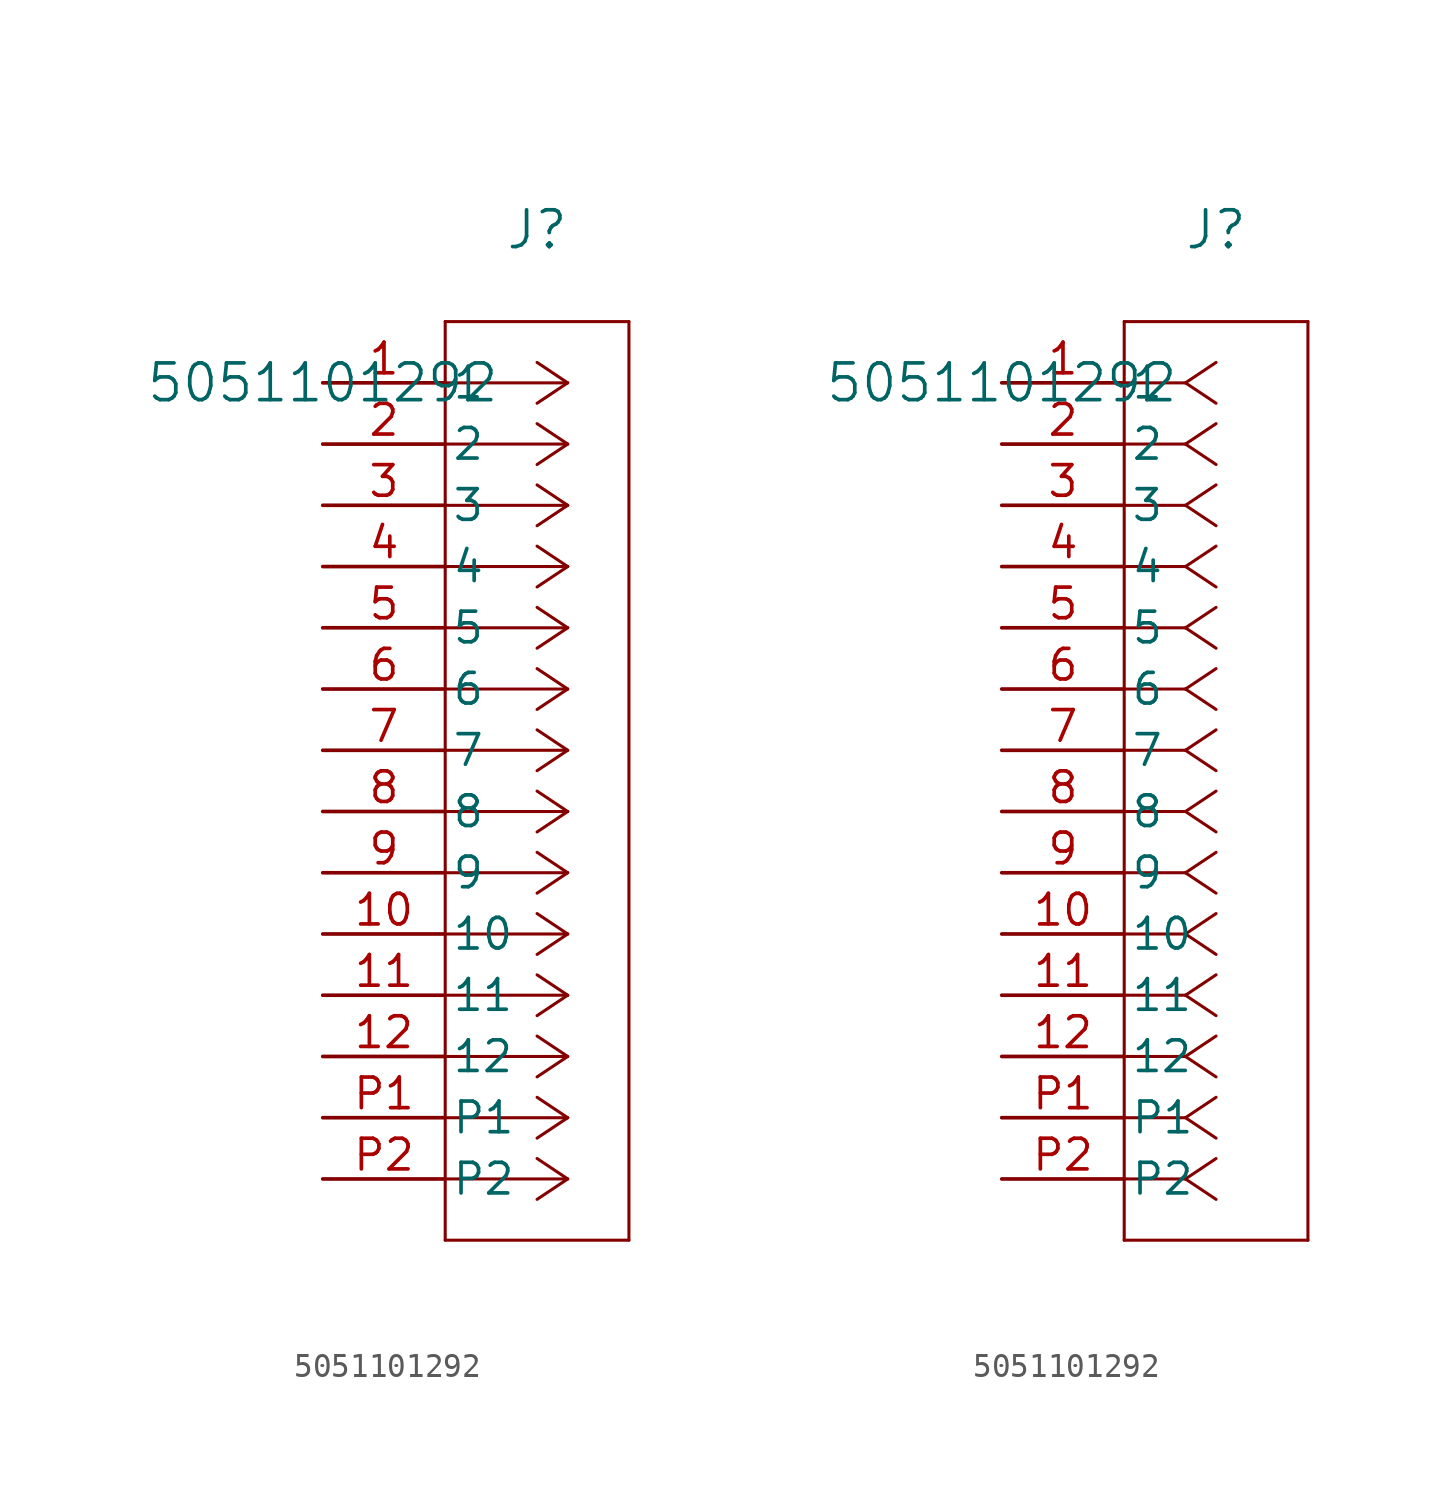
<source format=kicad_sym>
(kicad_symbol_lib
  (version 20211014)
  (generator kicad_symbol_editor)
  (symbol "5051101292"
    (pin_names
      (offset 0.254))
    (property "Reference" "J"
      (at 8.89 6.35 0)
      (effects (font (size 1.524 1.524))))
    (property "Value" "5051101292"
      (at 0 0 0)
      (effects (font (size 1.524 1.524))))
    (symbol "5051101292_1_1"
      (polyline (pts (xy 10.16 0) (xy 5.08 0)) (stroke (width 0.127) (type default) (color 0 0 0 0)) (fill (type none)))
      (polyline (pts (xy 10.16 -2.54) (xy 5.08 -2.54)) (stroke (width 0.127) (type default) (color 0 0 0 0)) (fill (type none)))
      (polyline (pts (xy 10.16 -5.08) (xy 5.08 -5.08)) (stroke (width 0.127) (type default) (color 0 0 0 0)) (fill (type none)))
      (polyline (pts (xy 10.16 -7.62) (xy 5.08 -7.62)) (stroke (width 0.127) (type default) (color 0 0 0 0)) (fill (type none)))
      (polyline (pts (xy 10.16 -10.16) (xy 5.08 -10.16)) (stroke (width 0.127) (type default) (color 0 0 0 0)) (fill (type none)))
      (polyline (pts (xy 10.16 -12.7) (xy 5.08 -12.7)) (stroke (width 0.127) (type default) (color 0 0 0 0)) (fill (type none)))
      (polyline (pts (xy 10.16 -15.24) (xy 5.08 -15.24)) (stroke (width 0.127) (type default) (color 0 0 0 0)) (fill (type none)))
      (polyline (pts (xy 10.16 -17.78) (xy 5.08 -17.78)) (stroke (width 0.127) (type default) (color 0 0 0 0)) (fill (type none)))
      (polyline (pts (xy 10.16 -20.32) (xy 5.08 -20.32)) (stroke (width 0.127) (type default) (color 0 0 0 0)) (fill (type none)))
      (polyline (pts (xy 10.16 -22.86) (xy 5.08 -22.86)) (stroke (width 0.127) (type default) (color 0 0 0 0)) (fill (type none)))
      (polyline (pts (xy 10.16 -25.4) (xy 5.08 -25.4)) (stroke (width 0.127) (type default) (color 0 0 0 0)) (fill (type none)))
      (polyline (pts (xy 10.16 -27.94) (xy 5.08 -27.94)) (stroke (width 0.127) (type default) (color 0 0 0 0)) (fill (type none)))
      (polyline (pts (xy 10.16 -30.48) (xy 5.08 -30.48)) (stroke (width 0.127) (type default) (color 0 0 0 0)) (fill (type none)))
      (polyline (pts (xy 10.16 -33.02) (xy 5.08 -33.02)) (stroke (width 0.127) (type default) (color 0 0 0 0)) (fill (type none)))
      (polyline (pts (xy 10.16 0) (xy 8.89 0.847)) (stroke (width 0.127) (type default) (color 0 0 0 0)) (fill (type none)))
      (polyline (pts (xy 10.16 -2.54) (xy 8.89 -1.693)) (stroke (width 0.127) (type default) (color 0 0 0 0)) (fill (type none)))
      (polyline (pts (xy 10.16 -5.08) (xy 8.89 -4.233)) (stroke (width 0.127) (type default) (color 0 0 0 0)) (fill (type none)))
      (polyline (pts (xy 10.16 -7.62) (xy 8.89 -6.773)) (stroke (width 0.127) (type default) (color 0 0 0 0)) (fill (type none)))
      (polyline (pts (xy 10.16 -10.16) (xy 8.89 -9.313)) (stroke (width 0.127) (type default) (color 0 0 0 0)) (fill (type none)))
      (polyline (pts (xy 10.16 -12.7) (xy 8.89 -11.853)) (stroke (width 0.127) (type default) (color 0 0 0 0)) (fill (type none)))
      (polyline (pts (xy 10.16 -15.24) (xy 8.89 -14.393)) (stroke (width 0.127) (type default) (color 0 0 0 0)) (fill (type none)))
      (polyline (pts (xy 10.16 -17.78) (xy 8.89 -16.933)) (stroke (width 0.127) (type default) (color 0 0 0 0)) (fill (type none)))
      (polyline (pts (xy 10.16 -20.32) (xy 8.89 -19.473)) (stroke (width 0.127) (type default) (color 0 0 0 0)) (fill (type none)))
      (polyline (pts (xy 10.16 -22.86) (xy 8.89 -22.013)) (stroke (width 0.127) (type default) (color 0 0 0 0)) (fill (type none)))
      (polyline (pts (xy 10.16 -25.4) (xy 8.89 -24.553)) (stroke (width 0.127) (type default) (color 0 0 0 0)) (fill (type none)))
      (polyline (pts (xy 10.16 -27.94) (xy 8.89 -27.093)) (stroke (width 0.127) (type default) (color 0 0 0 0)) (fill (type none)))
      (polyline (pts (xy 10.16 -30.48) (xy 8.89 -29.633)) (stroke (width 0.127) (type default) (color 0 0 0 0)) (fill (type none)))
      (polyline (pts (xy 10.16 -33.02) (xy 8.89 -32.173)) (stroke (width 0.127) (type default) (color 0 0 0 0)) (fill (type none)))
      (polyline (pts (xy 10.16 0) (xy 8.89 -0.847)) (stroke (width 0.127) (type default) (color 0 0 0 0)) (fill (type none)))
      (polyline (pts (xy 10.16 -2.54) (xy 8.89 -3.387)) (stroke (width 0.127) (type default) (color 0 0 0 0)) (fill (type none)))
      (polyline (pts (xy 10.16 -5.08) (xy 8.89 -5.927)) (stroke (width 0.127) (type default) (color 0 0 0 0)) (fill (type none)))
      (polyline (pts (xy 10.16 -7.62) (xy 8.89 -8.467)) (stroke (width 0.127) (type default) (color 0 0 0 0)) (fill (type none)))
      (polyline (pts (xy 10.16 -10.16) (xy 8.89 -11.007)) (stroke (width 0.127) (type default) (color 0 0 0 0)) (fill (type none)))
      (polyline (pts (xy 10.16 -12.7) (xy 8.89 -13.547)) (stroke (width 0.127) (type default) (color 0 0 0 0)) (fill (type none)))
      (polyline (pts (xy 10.16 -15.24) (xy 8.89 -16.087)) (stroke (width 0.127) (type default) (color 0 0 0 0)) (fill (type none)))
      (polyline (pts (xy 10.16 -17.78) (xy 8.89 -18.627)) (stroke (width 0.127) (type default) (color 0 0 0 0)) (fill (type none)))
      (polyline (pts (xy 10.16 -20.32) (xy 8.89 -21.167)) (stroke (width 0.127) (type default) (color 0 0 0 0)) (fill (type none)))
      (polyline (pts (xy 10.16 -22.86) (xy 8.89 -23.707)) (stroke (width 0.127) (type default) (color 0 0 0 0)) (fill (type none)))
      (polyline (pts (xy 10.16 -25.4) (xy 8.89 -26.247)) (stroke (width 0.127) (type default) (color 0 0 0 0)) (fill (type none)))
      (polyline (pts (xy 10.16 -27.94) (xy 8.89 -28.787)) (stroke (width 0.127) (type default) (color 0 0 0 0)) (fill (type none)))
      (polyline (pts (xy 10.16 -30.48) (xy 8.89 -31.327)) (stroke (width 0.127) (type default) (color 0 0 0 0)) (fill (type none)))
      (polyline (pts (xy 10.16 -33.02) (xy 8.89 -33.867)) (stroke (width 0.127) (type default) (color 0 0 0 0)) (fill (type none)))
      (polyline (pts (xy 5.08 2.54) (xy 5.08 -35.56)) (stroke (width 0.127) (type default) (color 0 0 0 0)) (fill (type none)))
      (polyline (pts (xy 5.08 -35.56) (xy 12.7 -35.56)) (stroke (width 0.127) (type default) (color 0 0 0 0)) (fill (type none)))
      (polyline (pts (xy 12.7 -35.56) (xy 12.7 2.54)) (stroke (width 0.127) (type default) (color 0 0 0 0)) (fill (type none)))
      (polyline (pts (xy 12.7 2.54) (xy 5.08 2.54)) (stroke (width 0.127) (type default) (color 0 0 0 0)) (fill (type none)))
      (pin unspecified line (at 0 0 0) (length 5.08) (name "1" (effects (font (size 1.27 1.27)))) (number "1" (effects (font (size 1.27 1.27)))))
      (pin unspecified line (at 0 -2.54 0) (length 5.08) (name "2" (effects (font (size 1.27 1.27)))) (number "2" (effects (font (size 1.27 1.27)))))
      (pin unspecified line (at 0 -5.08 0) (length 5.08) (name "3" (effects (font (size 1.27 1.27)))) (number "3" (effects (font (size 1.27 1.27)))))
      (pin unspecified line (at 0 -7.62 0) (length 5.08) (name "4" (effects (font (size 1.27 1.27)))) (number "4" (effects (font (size 1.27 1.27)))))
      (pin unspecified line (at 0 -10.16 0) (length 5.08) (name "5" (effects (font (size 1.27 1.27)))) (number "5" (effects (font (size 1.27 1.27)))))
      (pin unspecified line (at 0 -12.7 0) (length 5.08) (name "6" (effects (font (size 1.27 1.27)))) (number "6" (effects (font (size 1.27 1.27)))))
      (pin unspecified line (at 0 -15.24 0) (length 5.08) (name "7" (effects (font (size 1.27 1.27)))) (number "7" (effects (font (size 1.27 1.27)))))
      (pin unspecified line (at 0 -17.78 0) (length 5.08) (name "8" (effects (font (size 1.27 1.27)))) (number "8" (effects (font (size 1.27 1.27)))))
      (pin unspecified line (at 0 -20.32 0) (length 5.08) (name "9" (effects (font (size 1.27 1.27)))) (number "9" (effects (font (size 1.27 1.27)))))
      (pin unspecified line (at 0 -22.86 0) (length 5.08) (name "10" (effects (font (size 1.27 1.27)))) (number "10" (effects (font (size 1.27 1.27)))))
      (pin unspecified line (at 0 -25.4 0) (length 5.08) (name "11" (effects (font (size 1.27 1.27)))) (number "11" (effects (font (size 1.27 1.27)))))
      (pin unspecified line (at 0 -27.94 0) (length 5.08) (name "12" (effects (font (size 1.27 1.27)))) (number "12" (effects (font (size 1.27 1.27)))))
      (pin unspecified line (at 0 -30.48 0) (length 5.08) (name "P1" (effects (font (size 1.27 1.27)))) (number "P1" (effects (font (size 1.27 1.27)))))
      (pin unspecified line (at 0 -33.02 0) (length 5.08) (name "P2" (effects (font (size 1.27 1.27)))) (number "P2" (effects (font (size 1.27 1.27))))))
    (symbol "5051101292_1_2"
      (polyline (pts (xy 7.62 0) (xy 5.08 0)) (stroke (width 0.127) (type default) (color 0 0 0 0)) (fill (type none)))
      (polyline (pts (xy 7.62 -2.54) (xy 5.08 -2.54)) (stroke (width 0.127) (type default) (color 0 0 0 0)) (fill (type none)))
      (polyline (pts (xy 7.62 -5.08) (xy 5.08 -5.08)) (stroke (width 0.127) (type default) (color 0 0 0 0)) (fill (type none)))
      (polyline (pts (xy 7.62 -7.62) (xy 5.08 -7.62)) (stroke (width 0.127) (type default) (color 0 0 0 0)) (fill (type none)))
      (polyline (pts (xy 7.62 -10.16) (xy 5.08 -10.16)) (stroke (width 0.127) (type default) (color 0 0 0 0)) (fill (type none)))
      (polyline (pts (xy 7.62 -12.7) (xy 5.08 -12.7)) (stroke (width 0.127) (type default) (color 0 0 0 0)) (fill (type none)))
      (polyline (pts (xy 7.62 -15.24) (xy 5.08 -15.24)) (stroke (width 0.127) (type default) (color 0 0 0 0)) (fill (type none)))
      (polyline (pts (xy 7.62 -17.78) (xy 5.08 -17.78)) (stroke (width 0.127) (type default) (color 0 0 0 0)) (fill (type none)))
      (polyline (pts (xy 7.62 -20.32) (xy 5.08 -20.32)) (stroke (width 0.127) (type default) (color 0 0 0 0)) (fill (type none)))
      (polyline (pts (xy 7.62 -22.86) (xy 5.08 -22.86)) (stroke (width 0.127) (type default) (color 0 0 0 0)) (fill (type none)))
      (polyline (pts (xy 7.62 -25.4) (xy 5.08 -25.4)) (stroke (width 0.127) (type default) (color 0 0 0 0)) (fill (type none)))
      (polyline (pts (xy 7.62 -27.94) (xy 5.08 -27.94)) (stroke (width 0.127) (type default) (color 0 0 0 0)) (fill (type none)))
      (polyline (pts (xy 7.62 -30.48) (xy 5.08 -30.48)) (stroke (width 0.127) (type default) (color 0 0 0 0)) (fill (type none)))
      (polyline (pts (xy 7.62 -33.02) (xy 5.08 -33.02)) (stroke (width 0.127) (type default) (color 0 0 0 0)) (fill (type none)))
      (polyline (pts (xy 7.62 0) (xy 8.89 0.847)) (stroke (width 0.127) (type default) (color 0 0 0 0)) (fill (type none)))
      (polyline (pts (xy 7.62 -2.54) (xy 8.89 -1.693)) (stroke (width 0.127) (type default) (color 0 0 0 0)) (fill (type none)))
      (polyline (pts (xy 7.62 -5.08) (xy 8.89 -4.233)) (stroke (width 0.127) (type default) (color 0 0 0 0)) (fill (type none)))
      (polyline (pts (xy 7.62 -7.62) (xy 8.89 -6.773)) (stroke (width 0.127) (type default) (color 0 0 0 0)) (fill (type none)))
      (polyline (pts (xy 7.62 -10.16) (xy 8.89 -9.313)) (stroke (width 0.127) (type default) (color 0 0 0 0)) (fill (type none)))
      (polyline (pts (xy 7.62 -12.7) (xy 8.89 -11.853)) (stroke (width 0.127) (type default) (color 0 0 0 0)) (fill (type none)))
      (polyline (pts (xy 7.62 -15.24) (xy 8.89 -14.393)) (stroke (width 0.127) (type default) (color 0 0 0 0)) (fill (type none)))
      (polyline (pts (xy 7.62 -17.78) (xy 8.89 -16.933)) (stroke (width 0.127) (type default) (color 0 0 0 0)) (fill (type none)))
      (polyline (pts (xy 7.62 -20.32) (xy 8.89 -19.473)) (stroke (width 0.127) (type default) (color 0 0 0 0)) (fill (type none)))
      (polyline (pts (xy 7.62 -22.86) (xy 8.89 -22.013)) (stroke (width 0.127) (type default) (color 0 0 0 0)) (fill (type none)))
      (polyline (pts (xy 7.62 -25.4) (xy 8.89 -24.553)) (stroke (width 0.127) (type default) (color 0 0 0 0)) (fill (type none)))
      (polyline (pts (xy 7.62 -27.94) (xy 8.89 -27.093)) (stroke (width 0.127) (type default) (color 0 0 0 0)) (fill (type none)))
      (polyline (pts (xy 7.62 -30.48) (xy 8.89 -29.633)) (stroke (width 0.127) (type default) (color 0 0 0 0)) (fill (type none)))
      (polyline (pts (xy 7.62 -33.02) (xy 8.89 -32.173)) (stroke (width 0.127) (type default) (color 0 0 0 0)) (fill (type none)))
      (polyline (pts (xy 7.62 0) (xy 8.89 -0.847)) (stroke (width 0.127) (type default) (color 0 0 0 0)) (fill (type none)))
      (polyline (pts (xy 7.62 -2.54) (xy 8.89 -3.387)) (stroke (width 0.127) (type default) (color 0 0 0 0)) (fill (type none)))
      (polyline (pts (xy 7.62 -5.08) (xy 8.89 -5.927)) (stroke (width 0.127) (type default) (color 0 0 0 0)) (fill (type none)))
      (polyline (pts (xy 7.62 -7.62) (xy 8.89 -8.467)) (stroke (width 0.127) (type default) (color 0 0 0 0)) (fill (type none)))
      (polyline (pts (xy 7.62 -10.16) (xy 8.89 -11.007)) (stroke (width 0.127) (type default) (color 0 0 0 0)) (fill (type none)))
      (polyline (pts (xy 7.62 -12.7) (xy 8.89 -13.547)) (stroke (width 0.127) (type default) (color 0 0 0 0)) (fill (type none)))
      (polyline (pts (xy 7.62 -15.24) (xy 8.89 -16.087)) (stroke (width 0.127) (type default) (color 0 0 0 0)) (fill (type none)))
      (polyline (pts (xy 7.62 -17.78) (xy 8.89 -18.627)) (stroke (width 0.127) (type default) (color 0 0 0 0)) (fill (type none)))
      (polyline (pts (xy 7.62 -20.32) (xy 8.89 -21.167)) (stroke (width 0.127) (type default) (color 0 0 0 0)) (fill (type none)))
      (polyline (pts (xy 7.62 -22.86) (xy 8.89 -23.707)) (stroke (width 0.127) (type default) (color 0 0 0 0)) (fill (type none)))
      (polyline (pts (xy 7.62 -25.4) (xy 8.89 -26.247)) (stroke (width 0.127) (type default) (color 0 0 0 0)) (fill (type none)))
      (polyline (pts (xy 7.62 -27.94) (xy 8.89 -28.787)) (stroke (width 0.127) (type default) (color 0 0 0 0)) (fill (type none)))
      (polyline (pts (xy 7.62 -30.48) (xy 8.89 -31.327)) (stroke (width 0.127) (type default) (color 0 0 0 0)) (fill (type none)))
      (polyline (pts (xy 7.62 -33.02) (xy 8.89 -33.867)) (stroke (width 0.127) (type default) (color 0 0 0 0)) (fill (type none)))
      (polyline (pts (xy 5.08 2.54) (xy 5.08 -35.56)) (stroke (width 0.127) (type default) (color 0 0 0 0)) (fill (type none)))
      (polyline (pts (xy 5.08 -35.56) (xy 12.7 -35.56)) (stroke (width 0.127) (type default) (color 0 0 0 0)) (fill (type none)))
      (polyline (pts (xy 12.7 -35.56) (xy 12.7 2.54)) (stroke (width 0.127) (type default) (color 0 0 0 0)) (fill (type none)))
      (polyline (pts (xy 12.7 2.54) (xy 5.08 2.54)) (stroke (width 0.127) (type default) (color 0 0 0 0)) (fill (type none)))
      (pin unspecified line (at 0 0 0) (length 5.08) (name "1" (effects (font (size 1.27 1.27)))) (number "1" (effects (font (size 1.27 1.27)))))
      (pin unspecified line (at 0 -2.54 0) (length 5.08) (name "2" (effects (font (size 1.27 1.27)))) (number "2" (effects (font (size 1.27 1.27)))))
      (pin unspecified line (at 0 -5.08 0) (length 5.08) (name "3" (effects (font (size 1.27 1.27)))) (number "3" (effects (font (size 1.27 1.27)))))
      (pin unspecified line (at 0 -7.62 0) (length 5.08) (name "4" (effects (font (size 1.27 1.27)))) (number "4" (effects (font (size 1.27 1.27)))))
      (pin unspecified line (at 0 -10.16 0) (length 5.08) (name "5" (effects (font (size 1.27 1.27)))) (number "5" (effects (font (size 1.27 1.27)))))
      (pin unspecified line (at 0 -12.7 0) (length 5.08) (name "6" (effects (font (size 1.27 1.27)))) (number "6" (effects (font (size 1.27 1.27)))))
      (pin unspecified line (at 0 -15.24 0) (length 5.08) (name "7" (effects (font (size 1.27 1.27)))) (number "7" (effects (font (size 1.27 1.27)))))
      (pin unspecified line (at 0 -17.78 0) (length 5.08) (name "8" (effects (font (size 1.27 1.27)))) (number "8" (effects (font (size 1.27 1.27)))))
      (pin unspecified line (at 0 -20.32 0) (length 5.08) (name "9" (effects (font (size 1.27 1.27)))) (number "9" (effects (font (size 1.27 1.27)))))
      (pin unspecified line (at 0 -22.86 0) (length 5.08) (name "10" (effects (font (size 1.27 1.27)))) (number "10" (effects (font (size 1.27 1.27)))))
      (pin unspecified line (at 0 -25.4 0) (length 5.08) (name "11" (effects (font (size 1.27 1.27)))) (number "11" (effects (font (size 1.27 1.27)))))
      (pin unspecified line (at 0 -27.94 0) (length 5.08) (name "12" (effects (font (size 1.27 1.27)))) (number "12" (effects (font (size 1.27 1.27)))))
      (pin unspecified line (at 0 -30.48 0) (length 5.08) (name "P1" (effects (font (size 1.27 1.27)))) (number "P1" (effects (font (size 1.27 1.27)))))
      (pin unspecified line (at 0 -33.02 0) (length 5.08) (name "P2" (effects (font (size 1.27 1.27)))) (number "P2" (effects (font (size 1.27 1.27))))))))
</source>
